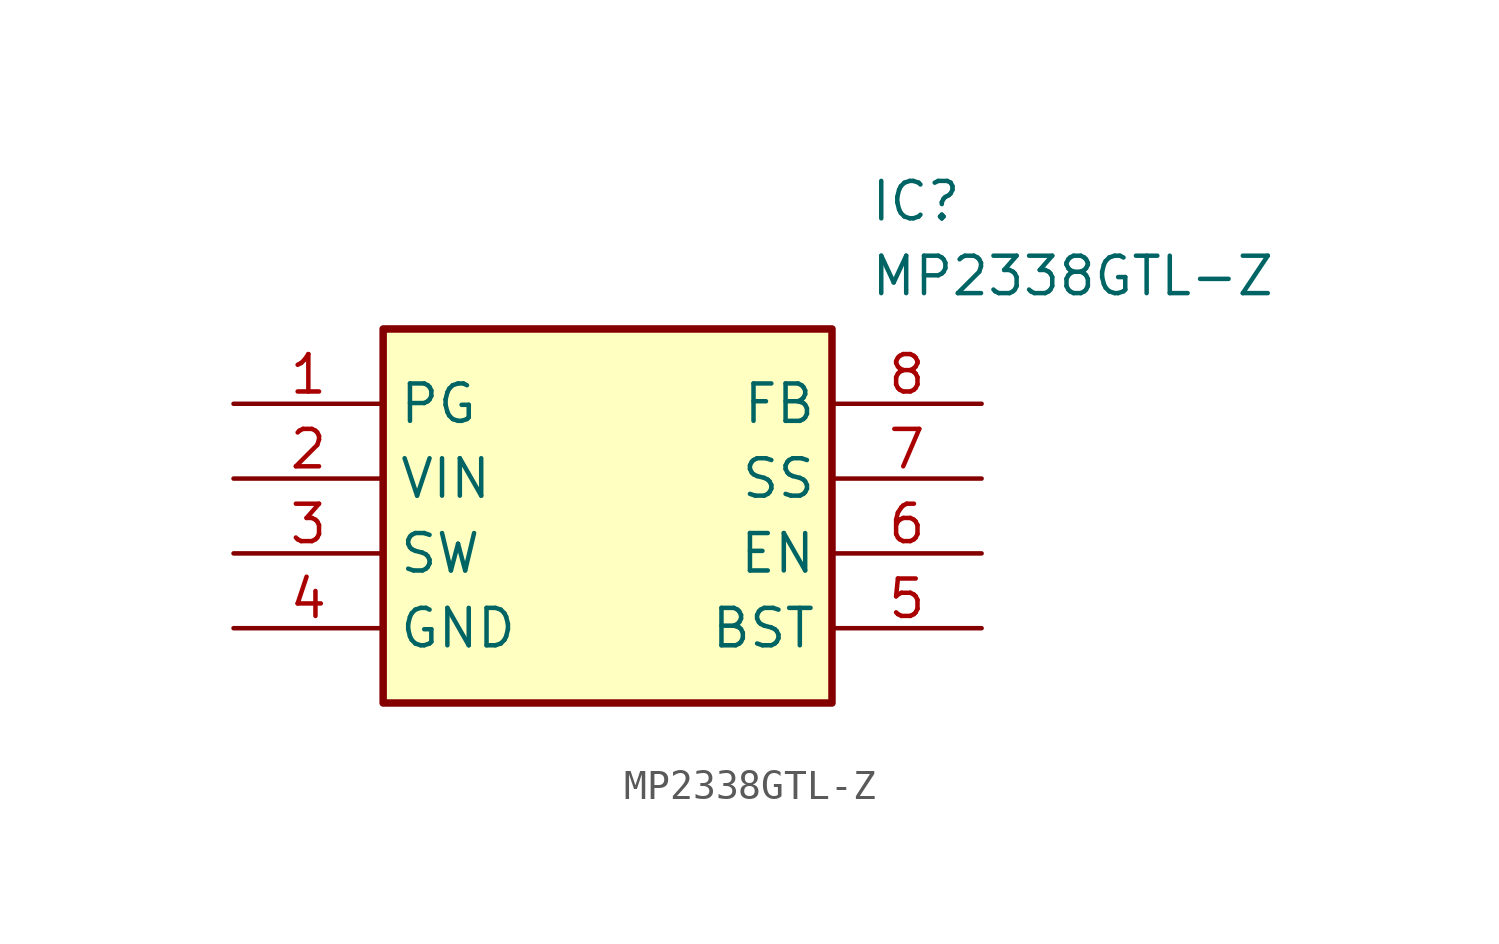
<source format=kicad_sym>
(kicad_symbol_lib
  (version 20231120)
  (generator "kicad_symbol_editor")
  (generator_version "8.0")
  (symbol "MP2338GTL-Z"
    (property "Reference" "IC"
      (at 21.59 7.62 0)
      (effects (font (size 1.27 1.27)) (justify left top)))
    (property "Value" "MP2338GTL-Z"
      (at 21.59 5.08 0)
      (effects (font (size 1.27 1.27)) (justify left top)))
    (symbol "MP2338GTL-Z_1_1"
      (rectangle (start 5.08 2.54) (end 20.32 -10.16) (stroke (width 0.254) (type default)) (fill (type background)))
      (pin passive line (at 0 0 0) (length 5.08) (name "PG" (effects (font (size 1.27 1.27)))) (number "1" (effects (font (size 1.27 1.27)))))
      (pin passive line (at 0 -2.54 0) (length 5.08) (name "VIN" (effects (font (size 1.27 1.27)))) (number "2" (effects (font (size 1.27 1.27)))))
      (pin passive line (at 0 -5.08 0) (length 5.08) (name "SW" (effects (font (size 1.27 1.27)))) (number "3" (effects (font (size 1.27 1.27)))))
      (pin passive line (at 0 -7.62 0) (length 5.08) (name "GND" (effects (font (size 1.27 1.27)))) (number "4" (effects (font (size 1.27 1.27)))))
      (pin passive line (at 25.4 -7.62 180) (length 5.08) (name "BST" (effects (font (size 1.27 1.27)))) (number "5" (effects (font (size 1.27 1.27)))))
      (pin passive line (at 25.4 -5.08 180) (length 5.08) (name "EN" (effects (font (size 1.27 1.27)))) (number "6" (effects (font (size 1.27 1.27)))))
      (pin passive line (at 25.4 -2.54 180) (length 5.08) (name "SS" (effects (font (size 1.27 1.27)))) (number "7" (effects (font (size 1.27 1.27)))))
      (pin passive line (at 25.4 0 180) (length 5.08) (name "FB" (effects (font (size 1.27 1.27)))) (number "8" (effects (font (size 1.27 1.27))))))))
</source>
